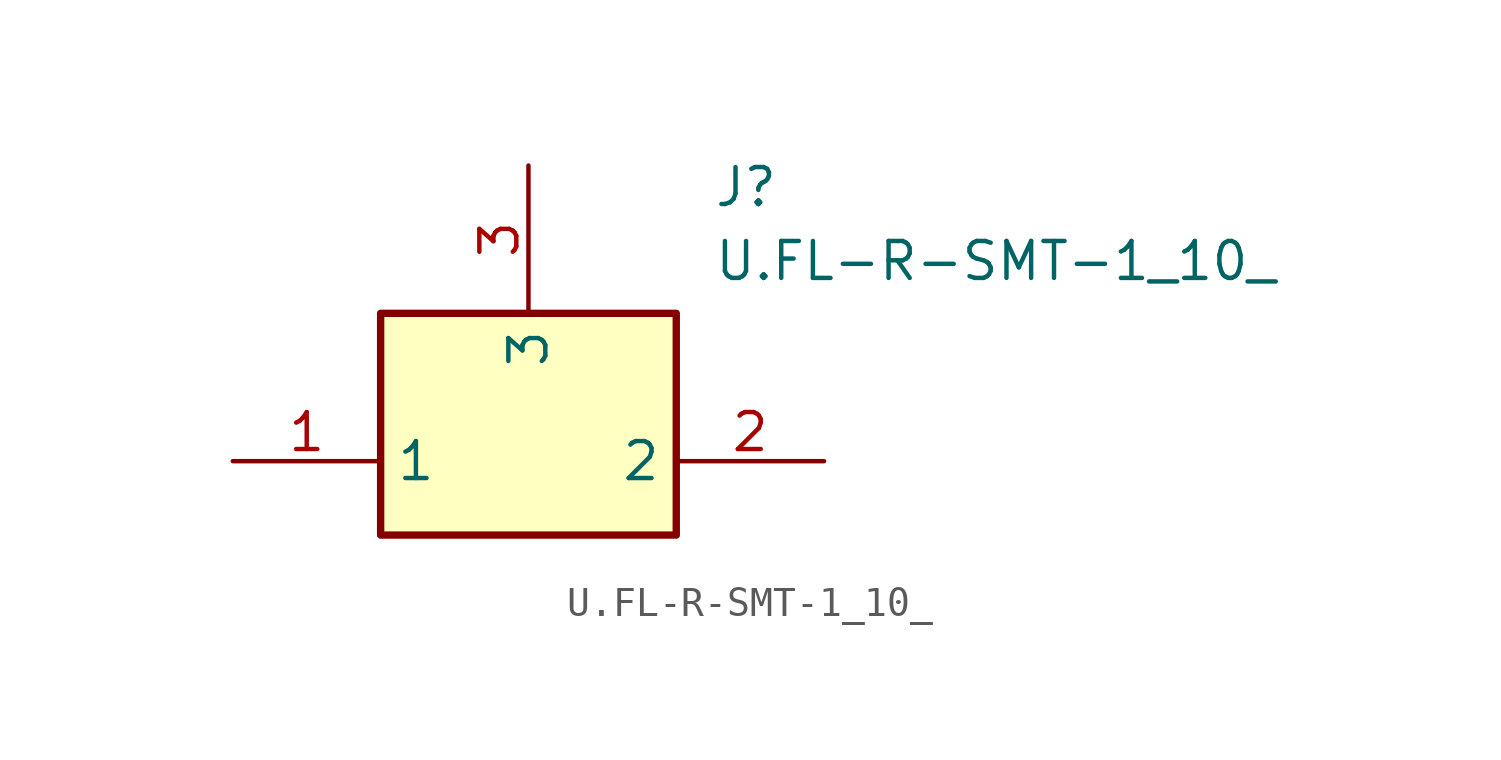
<source format=kicad_sym>
(kicad_symbol_lib
  (version 20211014)
  (generator SamacSys_ECAD_Model)
  (symbol "U.FL-R-SMT-1_10_"
    (property "Reference" "J"
      (at 16.51 10.16 0)
      (effects (font (size 1.27 1.27)) (justify left top)))
    (property "Value" "U.FL-R-SMT-1_10_"
      (at 16.51 7.62 0)
      (effects (font (size 1.27 1.27)) (justify left top)))
    (rectangle
      (start 5.08 5.08)
      (end 15.24 -2.54)
      (stroke (width 0.254) (type default))
      (fill (type background)))
    (pin passive line
      (at 0 0 0)
      (length 5.08)
      (name "1" (effects (font (size 1.27 1.27))))
      (number "1" (effects (font (size 1.27 1.27)))))
    (pin passive line
      (at 20.32 0 180)
      (length 5.08)
      (name "2" (effects (font (size 1.27 1.27))))
      (number "2" (effects (font (size 1.27 1.27)))))
    (pin passive line
      (at 10.16 10.16 270)
      (length 5.08)
      (name "3" (effects (font (size 1.27 1.27))))
      (number "3" (effects (font (size 1.27 1.27)))))))
</source>
